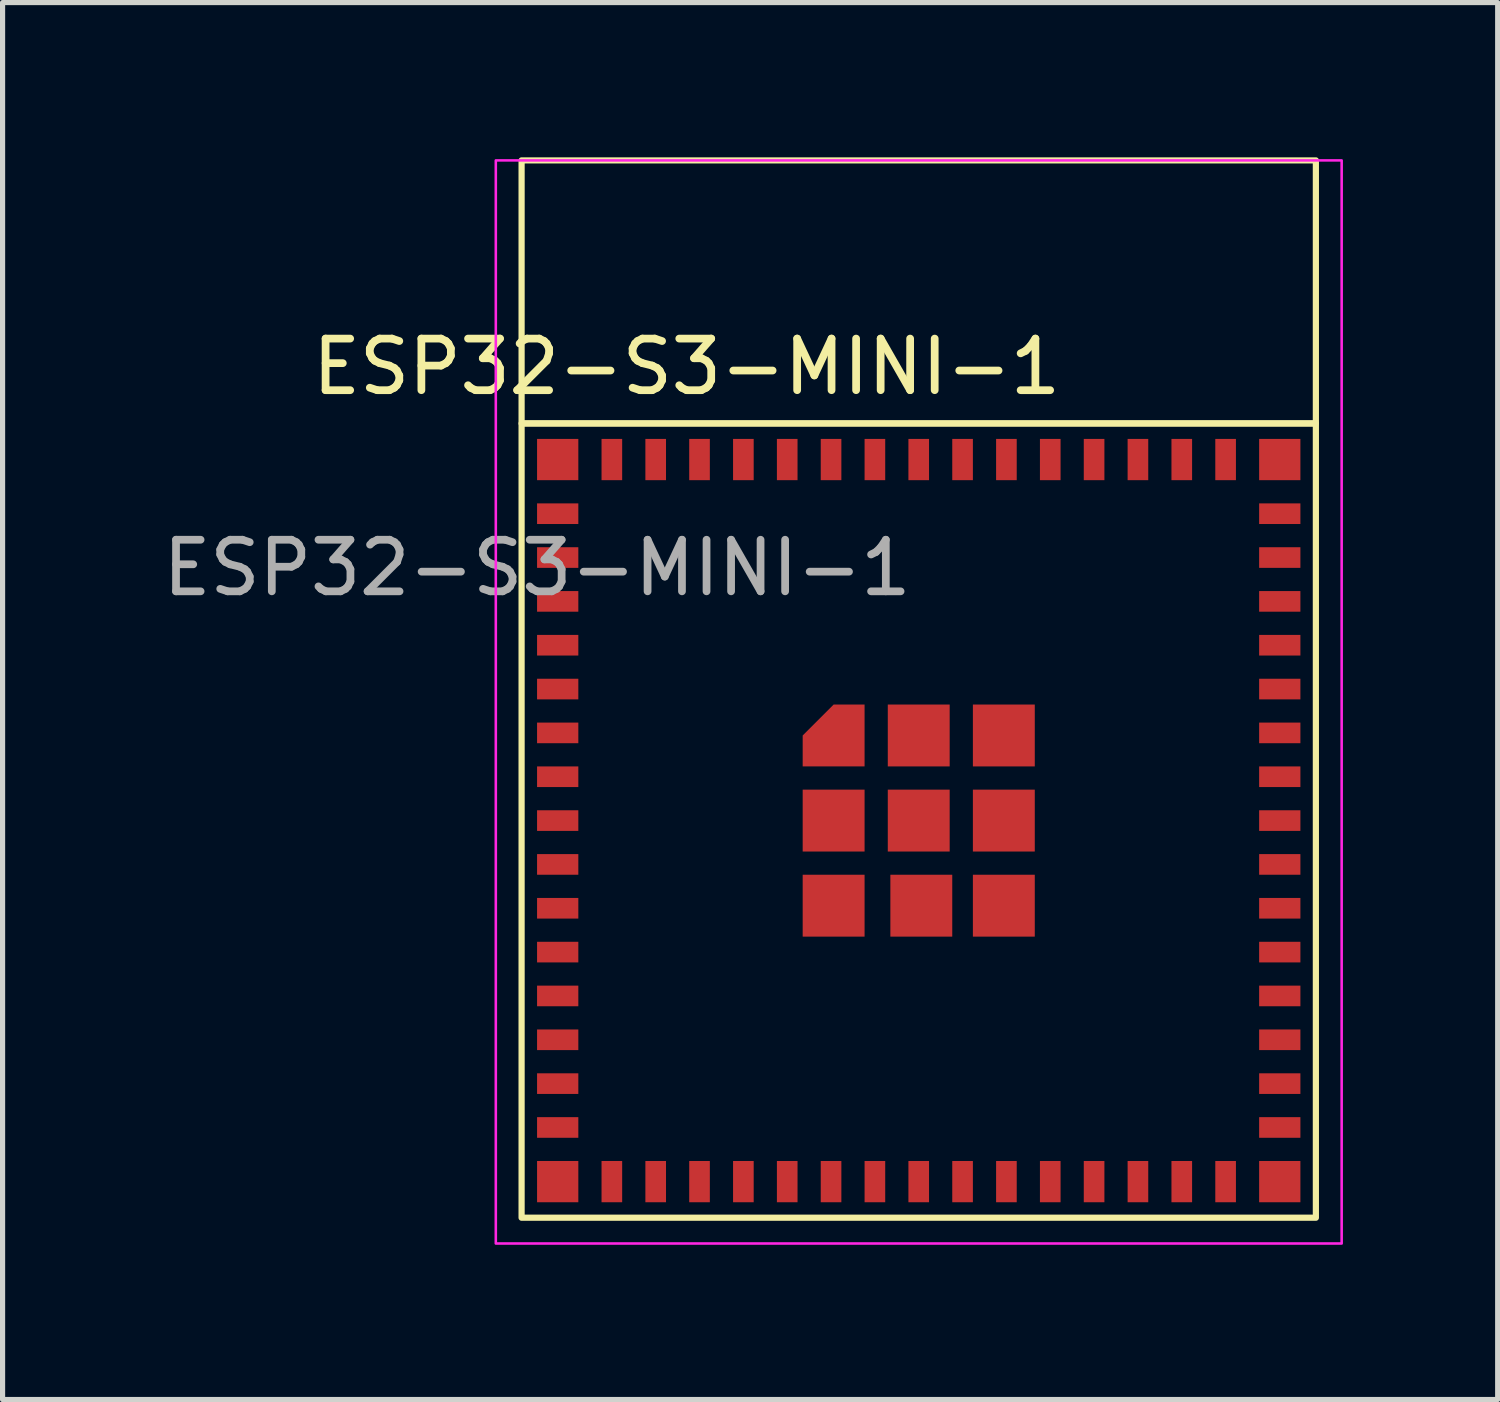
<source format=kicad_pcb>
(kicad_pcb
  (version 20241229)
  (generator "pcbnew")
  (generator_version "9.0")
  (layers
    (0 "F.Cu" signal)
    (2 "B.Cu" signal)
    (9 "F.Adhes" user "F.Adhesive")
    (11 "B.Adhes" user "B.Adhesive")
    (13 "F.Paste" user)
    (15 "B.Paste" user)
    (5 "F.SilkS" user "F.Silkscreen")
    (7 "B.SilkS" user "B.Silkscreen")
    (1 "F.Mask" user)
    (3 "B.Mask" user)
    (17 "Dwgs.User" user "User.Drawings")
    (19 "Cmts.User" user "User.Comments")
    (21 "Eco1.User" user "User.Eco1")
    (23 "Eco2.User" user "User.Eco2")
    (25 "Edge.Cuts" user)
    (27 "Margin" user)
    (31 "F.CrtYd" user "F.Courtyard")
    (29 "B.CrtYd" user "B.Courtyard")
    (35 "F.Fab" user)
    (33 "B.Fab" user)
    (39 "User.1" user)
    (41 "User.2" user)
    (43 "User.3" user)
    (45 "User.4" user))
  (footprint "ESP32-S3-MINI-1"
    (layer "F.Cu")
    (at 14.763 12.86)
    (property "Reference" "ESP32-S3-MINI-1" (at -4.5 -8.8 0) (unlocked yes) (layer "F.SilkS") (effects (font (size 1 1) (thickness 0.15))))
    (attr smd)
    (fp_rect (start -7.7 -7.7) (end 7.7 -12.8) (stroke (width 0.12) (type solid)) (fill no) (layer "F.SilkS"))
    (fp_rect (start -7.7 -7.7) (end 7.7 7.7) (stroke (width 0.12) (type solid)) (fill no) (layer "F.SilkS"))
    (fp_rect (start 8.2 -12.8) (end -8.2 8.2) (stroke (width 0.05) (type solid)) (fill no) (layer "F.CrtYd"))
    (fp_text user "Antenna" (at 0 -10.3 0) (unlocked yes) (layer "Eco1.User") (effects (font (size 1 1) (thickness 0.15))))
    (fp_text user "${REFERENCE}" (at -7.4 -4.9 0) (unlocked yes) (layer "F.Fab") (effects (font (size 1 1) (thickness 0.15))))
    (pad "1" smd rect (at -7 -5.95) (size 0.8 0.4) (layers "F.Cu" "F.Mask" "F.Paste"))
    (pad "2" smd rect (at -7 -5.1) (size 0.8 0.4) (layers "F.Cu" "F.Mask" "F.Paste"))
    (pad "3" smd rect (at -7 -4.25) (size 0.8 0.4) (layers "F.Cu" "F.Mask" "F.Paste"))
    (pad "4" smd rect (at -7 -3.4) (size 0.8 0.4) (layers "F.Cu" "F.Mask" "F.Paste"))
    (pad "5" smd rect (at -7 -2.55) (size 0.8 0.4) (layers "F.Cu" "F.Mask" "F.Paste"))
    (pad "6" smd rect (at -7 -1.7) (size 0.8 0.4) (layers "F.Cu" "F.Mask" "F.Paste"))
    (pad "7" smd rect (at -7 -0.85) (size 0.8 0.4) (layers "F.Cu" "F.Mask" "F.Paste"))
    (pad "8" smd rect (at -7 0) (size 0.8 0.4) (layers "F.Cu" "F.Mask" "F.Paste"))
    (pad "9" smd rect (at -7 0.85) (size 0.8 0.4) (layers "F.Cu" "F.Mask" "F.Paste"))
    (pad "10" smd rect (at -7 1.7) (size 0.8 0.4) (layers "F.Cu" "F.Mask" "F.Paste"))
    (pad "11" smd rect (at -7 2.55) (size 0.8 0.4) (layers "F.Cu" "F.Mask" "F.Paste"))
    (pad "12" smd rect (at -7 3.4) (size 0.8 0.4) (layers "F.Cu" "F.Mask" "F.Paste"))
    (pad "13" smd rect (at -7 4.25) (size 0.8 0.4) (layers "F.Cu" "F.Mask" "F.Paste"))
    (pad "14" smd rect (at -7 5.1) (size 0.8 0.4) (layers "F.Cu" "F.Mask" "F.Paste"))
    (pad "15" smd rect (at -7 5.95) (size 0.8 0.4) (layers "F.Cu" "F.Mask" "F.Paste"))
    (pad "16" smd rect (at -5.95 7 90) (size 0.8 0.4) (layers "F.Cu" "F.Mask" "F.Paste"))
    (pad "17" smd rect (at -5.1 7 90) (size 0.8 0.4) (layers "F.Cu" "F.Mask" "F.Paste"))
    (pad "18" smd rect (at -4.25 7 90) (size 0.8 0.4) (layers "F.Cu" "F.Mask" "F.Paste"))
    (pad "19" smd rect (at -3.4 7 90) (size 0.8 0.4) (layers "F.Cu" "F.Mask" "F.Paste"))
    (pad "20" smd rect (at -2.55 7 90) (size 0.8 0.4) (layers "F.Cu" "F.Mask" "F.Paste"))
    (pad "21" smd rect (at -1.7 7 90) (size 0.8 0.4) (layers "F.Cu" "F.Mask" "F.Paste"))
    (pad "22" smd rect (at -0.85 7 90) (size 0.8 0.4) (layers "F.Cu" "F.Mask" "F.Paste"))
    (pad "23" smd rect (at 0 7 90) (size 0.8 0.4) (layers "F.Cu" "F.Mask" "F.Paste"))
    (pad "24" smd rect (at 0.85 7 90) (size 0.8 0.4) (layers "F.Cu" "F.Mask" "F.Paste"))
    (pad "25" smd rect (at 1.7 7 90) (size 0.8 0.4) (layers "F.Cu" "F.Mask" "F.Paste"))
    (pad "26" smd rect (at 2.55 7 90) (size 0.8 0.4) (layers "F.Cu" "F.Mask" "F.Paste"))
    (pad "27" smd rect (at 3.4 7 90) (size 0.8 0.4) (layers "F.Cu" "F.Mask" "F.Paste"))
    (pad "28" smd rect (at 4.25 7 90) (size 0.8 0.4) (layers "F.Cu" "F.Mask" "F.Paste"))
    (pad "29" smd rect (at 5.1 7 90) (size 0.8 0.4) (layers "F.Cu" "F.Mask" "F.Paste"))
    (pad "30" smd rect (at 5.95 7 90) (size 0.8 0.4) (layers "F.Cu" "F.Mask" "F.Paste"))
    (pad "31" smd rect (at 7 5.95) (size 0.8 0.4) (layers "F.Cu" "F.Mask" "F.Paste"))
    (pad "32" smd rect (at 7 5.1) (size 0.8 0.4) (layers "F.Cu" "F.Mask" "F.Paste"))
    (pad "33" smd rect (at 7 4.25) (size 0.8 0.4) (layers "F.Cu" "F.Mask" "F.Paste"))
    (pad "34" smd rect (at 7 3.4) (size 0.8 0.4) (layers "F.Cu" "F.Mask" "F.Paste"))
    (pad "35" smd rect (at 7 2.55) (size 0.8 0.4) (layers "F.Cu" "F.Mask" "F.Paste"))
    (pad "36" smd rect (at 7 1.7) (size 0.8 0.4) (layers "F.Cu" "F.Mask" "F.Paste"))
    (pad "37" smd rect (at 7 0.85) (size 0.8 0.4) (layers "F.Cu" "F.Mask" "F.Paste"))
    (pad "38" smd rect (at 7 0) (size 0.8 0.4) (layers "F.Cu" "F.Mask" "F.Paste"))
    (pad "39" smd rect (at 7 -0.85) (size 0.8 0.4) (layers "F.Cu" "F.Mask" "F.Paste"))
    (pad "40" smd rect (at 7 -1.7) (size 0.8 0.4) (layers "F.Cu" "F.Mask" "F.Paste"))
    (pad "41" smd rect (at 7 -2.55) (size 0.8 0.4) (layers "F.Cu" "F.Mask" "F.Paste"))
    (pad "42" smd rect (at 7 -3.4) (size 0.8 0.4) (layers "F.Cu" "F.Mask" "F.Paste"))
    (pad "43" smd rect (at 7 -4.25) (size 0.8 0.4) (layers "F.Cu" "F.Mask" "F.Paste"))
    (pad "44" smd rect (at 7 -5.1) (size 0.8 0.4) (layers "F.Cu" "F.Mask" "F.Paste"))
    (pad "45" smd rect (at 7 -5.95) (size 0.8 0.4) (layers "F.Cu" "F.Mask" "F.Paste"))
    (pad "46" smd rect (at 5.95 -7 90) (size 0.8 0.4) (layers "F.Cu" "F.Mask" "F.Paste"))
    (pad "47" smd rect (at 5.1 -7 90) (size 0.8 0.4) (layers "F.Cu" "F.Mask" "F.Paste"))
    (pad "48" smd rect (at 4.25 -7 90) (size 0.8 0.4) (layers "F.Cu" "F.Mask" "F.Paste"))
    (pad "49" smd rect (at 3.4 -7 90) (size 0.8 0.4) (layers "F.Cu" "F.Mask" "F.Paste"))
    (pad "50" smd rect (at 2.55 -7 90) (size 0.8 0.4) (layers "F.Cu" "F.Mask" "F.Paste"))
    (pad "51" smd rect (at 1.7 -7 90) (size 0.8 0.4) (layers "F.Cu" "F.Mask" "F.Paste"))
    (pad "52" smd rect (at 0.85 -7 90) (size 0.8 0.4) (layers "F.Cu" "F.Mask" "F.Paste"))
    (pad "53" smd rect (at 0 -7 90) (size 0.8 0.4) (layers "F.Cu" "F.Mask" "F.Paste"))
    (pad "54" smd rect (at -0.85 -7 90) (size 0.8 0.4) (layers "F.Cu" "F.Mask" "F.Paste"))
    (pad "55" smd rect (at -1.7 -7 90) (size 0.8 0.4) (layers "F.Cu" "F.Mask" "F.Paste"))
    (pad "56" smd rect (at -2.55 -7 90) (size 0.8 0.4) (layers "F.Cu" "F.Mask" "F.Paste"))
    (pad "57" smd rect (at -3.4 -7 90) (size 0.8 0.4) (layers "F.Cu" "F.Mask" "F.Paste"))
    (pad "58" smd rect (at -4.25 -7 90) (size 0.8 0.4) (layers "F.Cu" "F.Mask" "F.Paste"))
    (pad "59" smd rect (at -5.1 -7 90) (size 0.8 0.4) (layers "F.Cu" "F.Mask" "F.Paste"))
    (pad "60" smd rect (at -5.95 -7 90) (size 0.8 0.4) (layers "F.Cu" "F.Mask" "F.Paste"))
    (pad "61" smd roundrect (at -1.65 -1.65) (size 1.2 1.2) (layers "F.Cu" "F.Mask" "F.Paste") (roundrect_rratio 0) (chamfer_ratio 0.5) (chamfer top_left))
    (pad "61" smd rect (at -1.65 0) (size 1.2 1.2) (layers "F.Cu" "F.Mask" "F.Paste"))
    (pad "61" smd rect (at -1.65 1.65) (size 1.2 1.2) (layers "F.Cu" "F.Mask" "F.Paste"))
    (pad "61" smd rect (at 0 -1.65) (size 1.2 1.2) (layers "F.Cu" "F.Mask" "F.Paste"))
    (pad "61" smd rect (at 0 0) (size 1.2 1.2) (layers "F.Cu" "F.Mask" "F.Paste"))
    (pad "61" smd rect (at 0.05 1.65) (size 1.2 1.2) (layers "F.Cu" "F.Mask" "F.Paste"))
    (pad "61" smd rect (at 1.65 -1.65) (size 1.2 1.2) (layers "F.Cu" "F.Mask" "F.Paste"))
    (pad "61" smd rect (at 1.65 0) (size 1.2 1.2) (layers "F.Cu" "F.Mask" "F.Paste"))
    (pad "61" smd rect (at 1.65 1.65) (size 1.2 1.2) (layers "F.Cu" "F.Mask" "F.Paste"))
    (pad "62" smd rect (at -7 -7) (size 0.8 0.8) (layers "F.Cu" "F.Mask" "F.Paste"))
    (pad "63" smd rect (at -7 7) (size 0.8 0.8) (layers "F.Cu" "F.Mask" "F.Paste"))
    (pad "64" smd rect (at 7 7) (size 0.8 0.8) (layers "F.Cu" "F.Mask" "F.Paste"))
    (pad "65" smd rect (at 7 -7) (size 0.8 0.8) (layers "F.Cu" "F.Mask" "F.Paste")))
  (gr_rect
    (start -3 -3)
    (end 25.988 24.085)
    (stroke (width 0.1) (type default))
    (fill no)
    (layer "Edge.Cuts")))
</source>
